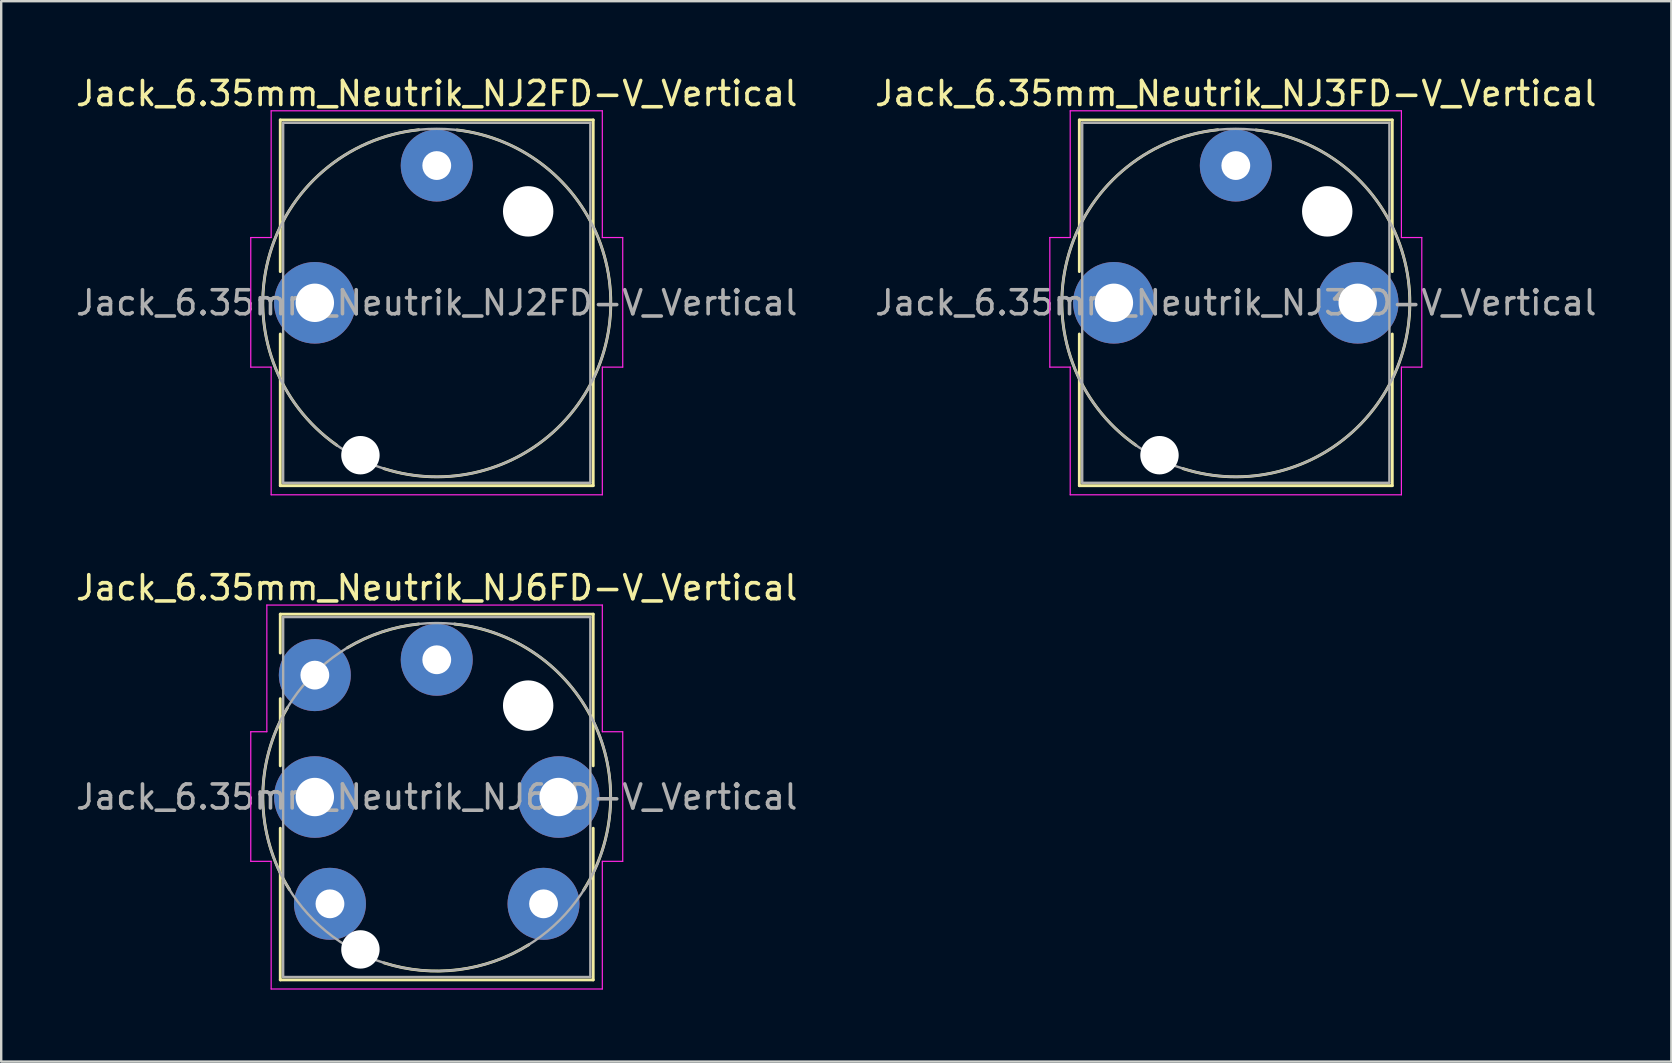
<source format=kicad_pcb>
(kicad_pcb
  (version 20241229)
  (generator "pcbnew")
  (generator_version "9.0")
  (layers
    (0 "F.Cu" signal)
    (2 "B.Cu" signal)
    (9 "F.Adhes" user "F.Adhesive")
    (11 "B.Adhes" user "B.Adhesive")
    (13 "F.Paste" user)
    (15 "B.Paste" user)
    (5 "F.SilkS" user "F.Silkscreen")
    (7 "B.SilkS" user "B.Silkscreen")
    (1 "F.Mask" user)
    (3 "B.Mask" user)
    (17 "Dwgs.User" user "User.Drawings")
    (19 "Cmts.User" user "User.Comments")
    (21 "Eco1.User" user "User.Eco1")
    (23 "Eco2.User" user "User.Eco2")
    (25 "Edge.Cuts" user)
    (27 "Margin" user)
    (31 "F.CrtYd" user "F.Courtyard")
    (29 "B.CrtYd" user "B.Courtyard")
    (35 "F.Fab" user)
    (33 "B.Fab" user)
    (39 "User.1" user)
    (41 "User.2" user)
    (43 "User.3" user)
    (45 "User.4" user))
  (footprint "Jack_6.35mm_Neutrik_NJ6FD-V_Vertical"
    (layer "F.Cu")
    (at 15.149 24.442)
    (property "Reference" "Jack_6.35mm_Neutrik_NJ6FD-V_Vertical" (at 0 -3 0) (layer "F.SilkS") (effects (font (size 1 1) (thickness 0.15))))
    (attr through_hole)
    (fp_line (start -6.52 -1.9) (end -6.52 -0.28) (stroke (width 0.12) (type solid)) (layer "F.SilkS"))
    (fp_line (start -6.52 -1.9) (end 6.52 -1.9) (stroke (width 0.12) (type solid)) (layer "F.SilkS"))
    (fp_line (start -6.52 1.62) (end -6.52 4.42) (stroke (width 0.12) (type solid)) (layer "F.SilkS"))
    (fp_line (start -6.52 7.02) (end -6.52 13.34) (stroke (width 0.12) (type solid)) (layer "F.SilkS"))
    (fp_line (start -6.52 13.34) (end 6.52 13.34) (stroke (width 0.12) (type solid)) (layer "F.SilkS"))
    (fp_line (start 6.52 -1.9) (end 6.52 4.42) (stroke (width 0.12) (type solid)) (layer "F.SilkS"))
    (fp_line (start 6.52 7.02) (end 6.52 13.34) (stroke (width 0.12) (type solid)) (layer "F.SilkS"))
    (fp_arc (start -6.138365 9.573216) (mid -7.247116 5.79812) (end -6.22 2) (stroke (width 0.12) (type solid)) (layer "F.SilkS"))
    (fp_arc (start -3.726809 -0.497515) (mid -2.292752 -1.156764) (end -0.75 -1.49) (stroke (width 0.12) (type solid)) (layer "F.SilkS"))
    (fp_arc (start 0.741615 -1.488246) (mid 6.519796 2.557554) (end 6.12 9.6) (stroke (width 0.12) (type solid)) (layer "F.SilkS"))
    (fp_arc (start 3.836366 11.873893) (mid 0.901303 12.915537) (end -2.2 12.63) (stroke (width 0.12) (type solid)) (layer "F.SilkS"))
    (fp_line (start -7.75 3) (end -7.75 8.4) (stroke (width 0.05) (type solid)) (layer "F.CrtYd"))
    (fp_line (start -7.08 -2.28) (end -7.08 3) (stroke (width 0.05) (type solid)) (layer "F.CrtYd"))
    (fp_line (start -7.08 -2.28) (end 6.9 -2.28) (stroke (width 0.05) (type solid)) (layer "F.CrtYd"))
    (fp_line (start -7.08 3) (end -7.75 3) (stroke (width 0.05) (type solid)) (layer "F.CrtYd"))
    (fp_line (start -6.9 8.4) (end -7.75 8.4) (stroke (width 0.05) (type solid)) (layer "F.CrtYd"))
    (fp_line (start -6.9 8.4) (end -6.9 13.72) (stroke (width 0.05) (type solid)) (layer "F.CrtYd"))
    (fp_line (start -6.9 13.72) (end 6.9 13.72) (stroke (width 0.05) (type solid)) (layer "F.CrtYd"))
    (fp_line (start 6.9 -2.28) (end 6.9 3) (stroke (width 0.05) (type solid)) (layer "F.CrtYd"))
    (fp_line (start 6.9 3) (end 7.75 3) (stroke (width 0.05) (type solid)) (layer "F.CrtYd"))
    (fp_line (start 6.9 8.4) (end 6.9 13.72) (stroke (width 0.05) (type solid)) (layer "F.CrtYd"))
    (fp_line (start 6.9 8.4) (end 7.75 8.4) (stroke (width 0.05) (type solid)) (layer "F.CrtYd"))
    (fp_line (start 7.75 3) (end 7.75 8.4) (stroke (width 0.05) (type solid)) (layer "F.CrtYd"))
    (fp_line (start -6.4 -1.78) (end -6.4 13.22) (stroke (width 0.1) (type solid)) (layer "F.Fab"))
    (fp_line (start -6.4 -1.78) (end 6.4 -1.78) (stroke (width 0.1) (type solid)) (layer "F.Fab"))
    (fp_line (start -6.4 13.22) (end 6.4 13.22) (stroke (width 0.1) (type solid)) (layer "F.Fab"))
    (fp_line (start 6.4 -1.78) (end 6.4 13.22) (stroke (width 0.1) (type solid)) (layer "F.Fab"))
    (fp_circle (center 0 5.72) (end -7.25 5.72) (stroke (width 0.1) (type solid)) (fill no) (layer "F.Fab"))
    (fp_text user "${REFERENCE}" (at 0 5.72 0) (layer "F.Fab") (effects (font (size 1 1) (thickness 0.15))))
    (pad "" np_thru_hole circle (at -3.18 12.07 180) (size 1.6 1.6) (drill 1.6) (layers "*.Cu" "*.Mask"))
    (pad "" np_thru_hole circle (at 3.81 1.91 180) (size 2.1 2.1) (drill 2.1) (layers "*.Cu" "*.Mask"))
    (pad "R" thru_hole circle (at 5.08 5.72 180) (size 3.4 3.4) (drill 1.6) (layers "*.Cu" "*.Mask"))
    (pad "RN" thru_hole circle (at 4.45 10.17 180) (size 3 3) (drill 1.2) (layers "*.Cu" "*.Mask"))
    (pad "S" thru_hole circle (at -5.08 5.72 180) (size 3.4 3.4) (drill 1.6) (layers "*.Cu" "*.Mask"))
    (pad "SN" thru_hole circle (at -4.45 10.17 180) (size 3 3) (drill 1.2) (layers "*.Cu" "*.Mask"))
    (pad "T" thru_hole circle (at 0 0 180) (size 3 3) (drill 1.2) (layers "*.Cu" "*.Mask"))
    (pad "TN" thru_hole circle (at -5.08 0.64 180) (size 3 3) (drill 1.2) (layers "*.Cu" "*.Mask")))
  (footprint "Jack_6.35mm_Neutrik_NJ2FD-V_Vertical"
    (layer "F.Cu")
    (at 15.149 3.848)
    (property "Reference" "Jack_6.35mm_Neutrik_NJ2FD-V_Vertical" (at 0 -3 0) (layer "F.SilkS") (effects (font (size 1 1) (thickness 0.15))))
    (attr through_hole)
    (fp_line (start -6.52 -1.9) (end -6.52 4.42) (stroke (width 0.12) (type solid)) (layer "F.SilkS"))
    (fp_line (start -6.52 -1.9) (end 6.52 -1.9) (stroke (width 0.12) (type solid)) (layer "F.SilkS"))
    (fp_line (start -6.52 7.02) (end -6.52 13.34) (stroke (width 0.12) (type solid)) (layer "F.SilkS"))
    (fp_line (start -6.52 13.34) (end 6.52 13.34) (stroke (width 0.12) (type solid)) (layer "F.SilkS"))
    (fp_line (start 6.52 -1.9) (end 6.52 13.34) (stroke (width 0.12) (type solid)) (layer "F.SilkS"))
    (fp_arc (start -4.164153 11.6535) (mid -7.016062 3.897509) (end -0.75 -1.49) (stroke (width 0.12) (type solid)) (layer "F.SilkS"))
    (fp_arc (start 0.84109 -1.482824) (mid 7.089049 7.247578) (end -2.2 12.63) (stroke (width 0.12) (type solid)) (layer "F.SilkS"))
    (fp_line (start -7.75 3) (end -7.75 8.4) (stroke (width 0.05) (type solid)) (layer "F.CrtYd"))
    (fp_line (start -6.9 -2.28) (end -6.9 3) (stroke (width 0.05) (type solid)) (layer "F.CrtYd"))
    (fp_line (start -6.9 -2.28) (end 6.9 -2.28) (stroke (width 0.05) (type solid)) (layer "F.CrtYd"))
    (fp_line (start -6.9 3) (end -7.75 3) (stroke (width 0.05) (type solid)) (layer "F.CrtYd"))
    (fp_line (start -6.9 8.4) (end -7.75 8.4) (stroke (width 0.05) (type solid)) (layer "F.CrtYd"))
    (fp_line (start -6.9 8.4) (end -6.9 13.72) (stroke (width 0.05) (type solid)) (layer "F.CrtYd"))
    (fp_line (start -6.9 13.72) (end 6.9 13.72) (stroke (width 0.05) (type solid)) (layer "F.CrtYd"))
    (fp_line (start 6.9 -2.28) (end 6.9 3) (stroke (width 0.05) (type solid)) (layer "F.CrtYd"))
    (fp_line (start 6.9 3) (end 7.75 3) (stroke (width 0.05) (type solid)) (layer "F.CrtYd"))
    (fp_line (start 6.9 8.4) (end 6.9 13.72) (stroke (width 0.05) (type solid)) (layer "F.CrtYd"))
    (fp_line (start 6.9 8.4) (end 7.75 8.4) (stroke (width 0.05) (type solid)) (layer "F.CrtYd"))
    (fp_line (start 7.75 3) (end 7.75 8.4) (stroke (width 0.05) (type solid)) (layer "F.CrtYd"))
    (fp_line (start -6.4 -1.78) (end -6.4 13.22) (stroke (width 0.1) (type solid)) (layer "F.Fab"))
    (fp_line (start -6.4 -1.78) (end 6.4 -1.78) (stroke (width 0.1) (type solid)) (layer "F.Fab"))
    (fp_line (start -6.4 13.22) (end 6.4 13.22) (stroke (width 0.1) (type solid)) (layer "F.Fab"))
    (fp_line (start 6.4 -1.78) (end 6.4 13.22) (stroke (width 0.1) (type solid)) (layer "F.Fab"))
    (fp_circle (center 0 5.72) (end -7.25 5.72) (stroke (width 0.1) (type solid)) (fill no) (layer "F.Fab"))
    (fp_text user "${REFERENCE}" (at 0 5.72 0) (layer "F.Fab") (effects (font (size 1 1) (thickness 0.15))))
    (pad "" np_thru_hole circle (at -3.18 12.07 180) (size 1.6 1.6) (drill 1.6) (layers "*.Cu" "*.Mask"))
    (pad "" np_thru_hole circle (at 3.81 1.91 180) (size 2.1 2.1) (drill 2.1) (layers "*.Cu" "*.Mask"))
    (pad "S" thru_hole circle (at -5.08 5.72 180) (size 3.4 3.4) (drill 1.6) (layers "*.Cu" "*.Mask"))
    (pad "T" thru_hole circle (at 0 0 180) (size 3 3) (drill 1.2) (layers "*.Cu" "*.Mask")))
  (footprint "Jack_6.35mm_Neutrik_NJ3FD-V_Vertical"
    (layer "F.Cu")
    (at 48.446 3.848)
    (property "Reference" "Jack_6.35mm_Neutrik_NJ3FD-V_Vertical" (at 0 -3 0) (layer "F.SilkS") (effects (font (size 1 1) (thickness 0.15))))
    (attr through_hole)
    (fp_line (start -6.52 -1.9) (end -6.52 4.42) (stroke (width 0.12) (type solid)) (layer "F.SilkS"))
    (fp_line (start -6.52 -1.9) (end 6.52 -1.9) (stroke (width 0.12) (type solid)) (layer "F.SilkS"))
    (fp_line (start -6.52 7.02) (end -6.52 13.34) (stroke (width 0.12) (type solid)) (layer "F.SilkS"))
    (fp_line (start -6.52 13.34) (end 6.52 13.34) (stroke (width 0.12) (type solid)) (layer "F.SilkS"))
    (fp_line (start 6.52 -1.9) (end 6.52 4.42) (stroke (width 0.12) (type solid)) (layer "F.SilkS"))
    (fp_line (start 6.52 7.02) (end 6.52 13.34) (stroke (width 0.12) (type solid)) (layer "F.SilkS"))
    (fp_arc (start -4.164153 11.6535) (mid -7.016062 3.897509) (end -0.75 -1.49) (stroke (width 0.12) (type solid)) (layer "F.SilkS"))
    (fp_arc (start 0.84109 -1.482824) (mid 7.089049 7.247578) (end -2.2 12.63) (stroke (width 0.12) (type solid)) (layer "F.SilkS"))
    (fp_line (start -7.75 3) (end -7.75 8.4) (stroke (width 0.05) (type solid)) (layer "F.CrtYd"))
    (fp_line (start -6.9 -2.28) (end -6.9 3) (stroke (width 0.05) (type solid)) (layer "F.CrtYd"))
    (fp_line (start -6.9 -2.28) (end 6.9 -2.28) (stroke (width 0.05) (type solid)) (layer "F.CrtYd"))
    (fp_line (start -6.9 3) (end -7.75 3) (stroke (width 0.05) (type solid)) (layer "F.CrtYd"))
    (fp_line (start -6.9 8.4) (end -7.75 8.4) (stroke (width 0.05) (type solid)) (layer "F.CrtYd"))
    (fp_line (start -6.9 8.4) (end -6.9 13.72) (stroke (width 0.05) (type solid)) (layer "F.CrtYd"))
    (fp_line (start -6.9 13.72) (end 6.9 13.72) (stroke (width 0.05) (type solid)) (layer "F.CrtYd"))
    (fp_line (start 6.9 -2.28) (end 6.9 3) (stroke (width 0.05) (type solid)) (layer "F.CrtYd"))
    (fp_line (start 6.9 3) (end 7.75 3) (stroke (width 0.05) (type solid)) (layer "F.CrtYd"))
    (fp_line (start 6.9 8.4) (end 6.9 13.72) (stroke (width 0.05) (type solid)) (layer "F.CrtYd"))
    (fp_line (start 6.9 8.4) (end 7.75 8.4) (stroke (width 0.05) (type solid)) (layer "F.CrtYd"))
    (fp_line (start 7.75 3) (end 7.75 8.4) (stroke (width 0.05) (type solid)) (layer "F.CrtYd"))
    (fp_line (start -6.4 -1.78) (end -6.4 13.22) (stroke (width 0.1) (type solid)) (layer "F.Fab"))
    (fp_line (start -6.4 -1.78) (end 6.4 -1.78) (stroke (width 0.1) (type solid)) (layer "F.Fab"))
    (fp_line (start -6.4 13.22) (end 6.4 13.22) (stroke (width 0.1) (type solid)) (layer "F.Fab"))
    (fp_line (start 6.4 -1.78) (end 6.4 13.22) (stroke (width 0.1) (type solid)) (layer "F.Fab"))
    (fp_circle (center 0 5.72) (end -7.25 5.72) (stroke (width 0.1) (type solid)) (fill no) (layer "F.Fab"))
    (fp_text user "${REFERENCE}" (at 0 5.72 0) (layer "F.Fab") (effects (font (size 1 1) (thickness 0.15))))
    (pad "" np_thru_hole circle (at -3.18 12.07 180) (size 1.6 1.6) (drill 1.6) (layers "*.Cu" "*.Mask"))
    (pad "" np_thru_hole circle (at 3.81 1.91 180) (size 2.1 2.1) (drill 2.1) (layers "*.Cu" "*.Mask"))
    (pad "R" thru_hole circle (at 5.08 5.72 180) (size 3.4 3.4) (drill 1.6) (layers "*.Cu" "*.Mask"))
    (pad "S" thru_hole circle (at -5.08 5.72 180) (size 3.4 3.4) (drill 1.6) (layers "*.Cu" "*.Mask"))
    (pad "T" thru_hole circle (at 0 0 180) (size 3 3) (drill 1.2) (layers "*.Cu" "*.Mask")))
  (gr_rect
    (start -3 -3)
    (end 66.595 41.187)
    (stroke (width 0.1) (type default))
    (fill no)
    (layer "Edge.Cuts")))
</source>
